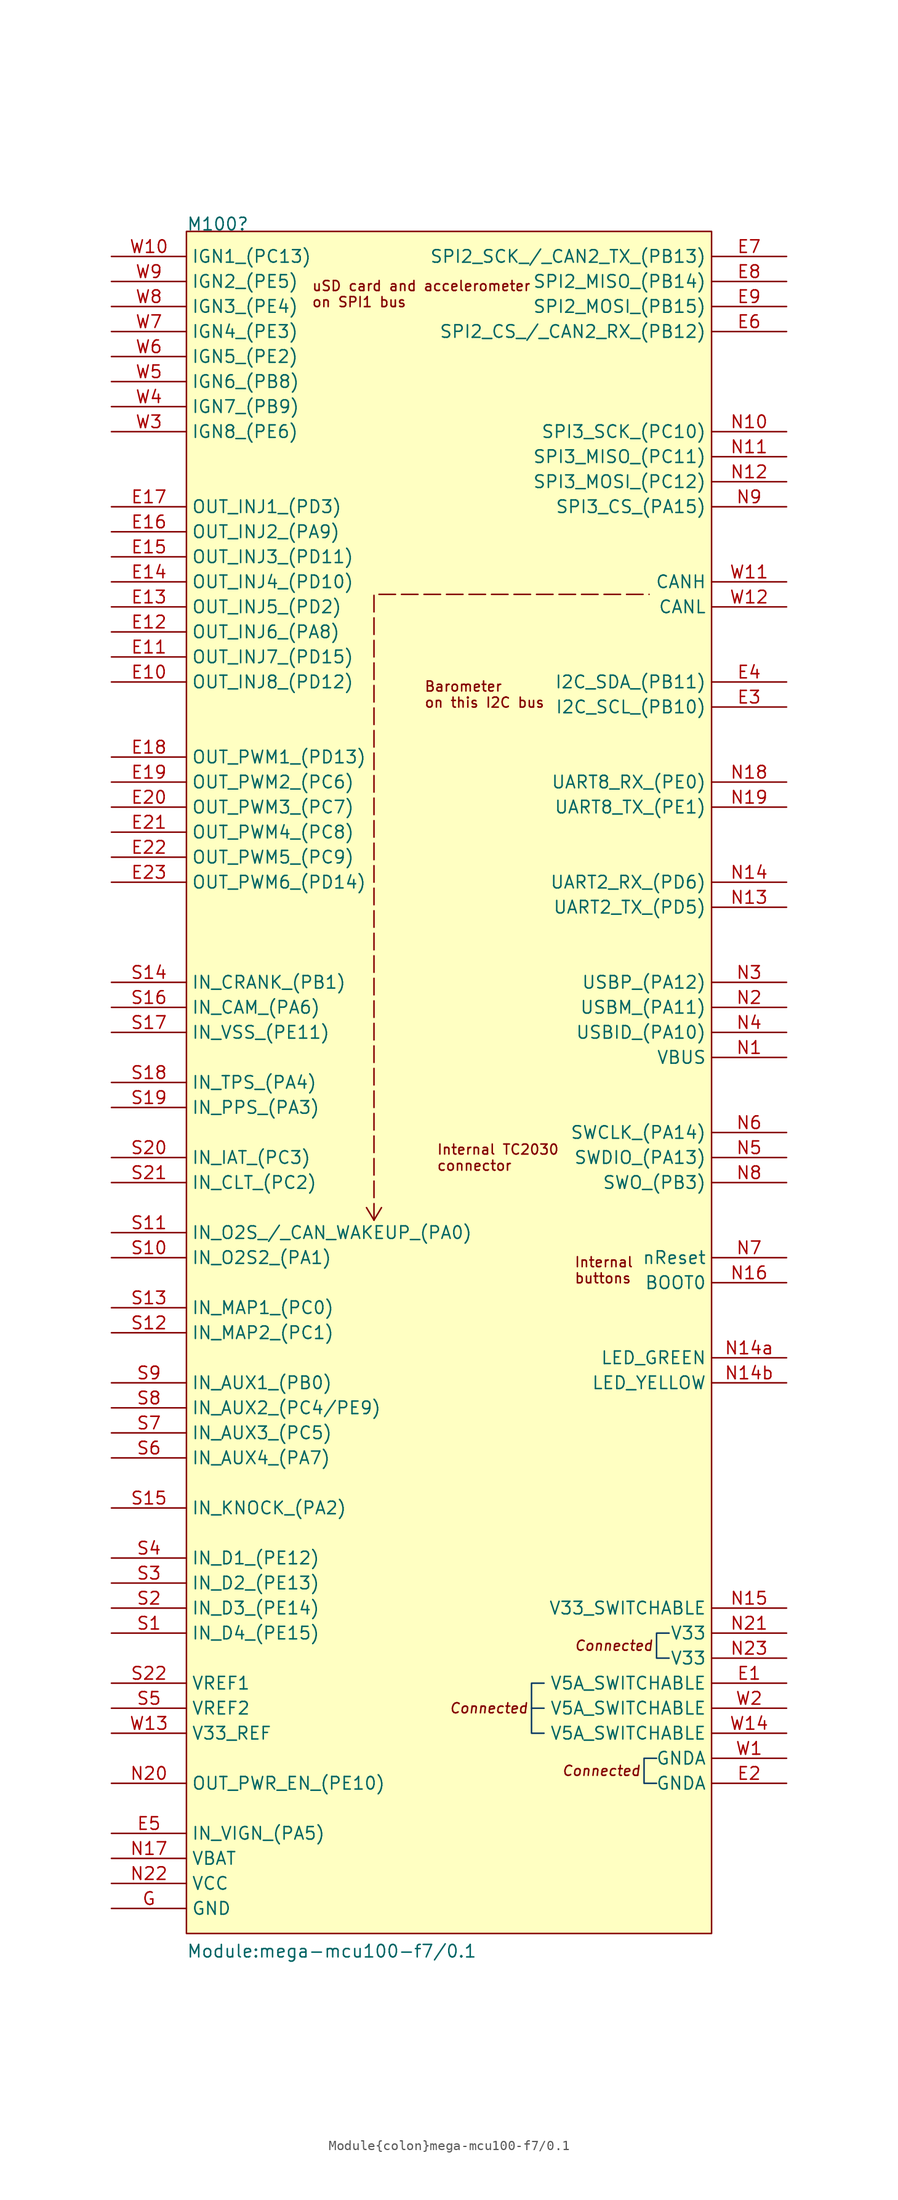
<source format=kicad_sym>
(kicad_symbol_lib
  (version 20220914)
  (generator kicad_symbol_editor)
  (symbol "Module{colon}mega-mcu100-f7/0.1"
    (property "Reference" "M100"
      (at 7.62 2.54 0)
      (effects (font (size 1.27 1.27)) (justify left bottom)))
    (property "Value" "Module:mega-mcu100-f7/0.1"
      (at 7.62 -172.72 0)
      (effects (font (size 1.27 1.27)) (justify left bottom)))
    (symbol "Module{colon}mega-mcu100-f7/0.1_1_0"
      (polyline (pts (xy 26.67 -97.79) (xy 25.908 -96.52)) (stroke (width 0) (type default)) (fill (type none)))
      (polyline (pts (xy 26.67 -97.79) (xy 27.432 -96.52)) (stroke (width 0) (type default)) (fill (type none)))
      (polyline (pts (xy 26.67 -97.79) (xy 26.67 -34.29) (xy 54.61 -34.29)) (stroke (width 0) (type dash)) (fill (type none)))
      (polyline (pts (xy 42.672 -147.32) (xy 43.942 -147.32) (xy 43.942 -147.32) (xy 43.942 -147.32)) (stroke (width 0) (type solid) (color 7 55 99 1)) (fill (type none)))
      (polyline (pts (xy 43.942 -144.78) (xy 42.672 -144.78) (xy 42.672 -149.86) (xy 43.942 -149.86)) (stroke (width 0) (type solid) (color 7 55 99 1)) (fill (type none)))
      (polyline (pts (xy 55.372 -152.4) (xy 54.102 -152.4) (xy 54.102 -154.94) (xy 55.372 -154.94)) (stroke (width 0) (type solid) (color 7 55 99 1)) (fill (type none)))
      (polyline (pts (xy 56.642 -139.7) (xy 55.372 -139.7) (xy 55.372 -142.24) (xy 56.642 -142.24)) (stroke (width 0) (type solid) (color 7 55 99 1)) (fill (type none)))
      (rectangle (start 7.62 2.54) (end 60.96 -170.18) (stroke (width 0) (type default)) (fill (type background)))
      (text "Barometer\non this I2C bus" (at 31.75 -44.45 0) (effects (font (size 1.016 1.016)) (justify left)))
      (text "Connected" (at 34.29 -147.32 0) (effects (font (size 1.016 1.016) italic) (justify left)))
      (text "Connected" (at 45.72 -153.67 0) (effects (font (size 1.016 1.016) italic) (justify left)))
      (text "Connected" (at 46.99 -140.97 0) (effects (font (size 1.016 1.016) italic) (justify left)))
      (text "Internal\nbuttons" (at 46.99 -102.87 0) (effects (font (size 1.016 1.016)) (justify left)))
      (text "Internal TC2030\nconnector" (at 33.02 -91.44 0) (effects (font (size 1.016 1.016)) (justify left)))
      (text "uSD card and accelerometer \non SPI1 bus" (at 20.32 -3.81 0) (effects (font (size 1.016 1.016)) (justify left)))
      (pin passive line (at 68.58 -144.78 180) (length 7.62) (name "V5A_SWITCHABLE" (effects (font (size 1.27 1.27)))) (number "E1" (effects (font (size 1.27 1.27)))))
      (pin passive line (at 0 -43.18 0) (length 7.62) (name "OUT_INJ8_(PD12)" (effects (font (size 1.27 1.27)))) (number "E10" (effects (font (size 1.27 1.27)))))
      (pin passive line (at 0 -40.64 0) (length 7.62) (name "OUT_INJ7_(PD15)" (effects (font (size 1.27 1.27)))) (number "E11" (effects (font (size 1.27 1.27)))))
      (pin passive line (at 0 -38.1 0) (length 7.62) (name "OUT_INJ6_(PA8)" (effects (font (size 1.27 1.27)))) (number "E12" (effects (font (size 1.27 1.27)))))
      (pin passive line (at 0 -35.56 0) (length 7.62) (name "OUT_INJ5_(PD2)" (effects (font (size 1.27 1.27)))) (number "E13" (effects (font (size 1.27 1.27)))))
      (pin passive line (at 0 -33.02 0) (length 7.62) (name "OUT_INJ4_(PD10)" (effects (font (size 1.27 1.27)))) (number "E14" (effects (font (size 1.27 1.27)))))
      (pin passive line (at 0 -30.48 0) (length 7.62) (name "OUT_INJ3_(PD11)" (effects (font (size 1.27 1.27)))) (number "E15" (effects (font (size 1.27 1.27)))))
      (pin passive line (at 0 -27.94 0) (length 7.62) (name "OUT_INJ2_(PA9)" (effects (font (size 1.27 1.27)))) (number "E16" (effects (font (size 1.27 1.27)))))
      (pin passive line (at 0 -25.4 0) (length 7.62) (name "OUT_INJ1_(PD3)" (effects (font (size 1.27 1.27)))) (number "E17" (effects (font (size 1.27 1.27)))))
      (pin passive line (at 0 -50.8 0) (length 7.62) (name "OUT_PWM1_(PD13)" (effects (font (size 1.27 1.27)))) (number "E18" (effects (font (size 1.27 1.27)))))
      (pin passive line (at 0 -53.34 0) (length 7.62) (name "OUT_PWM2_(PC6)" (effects (font (size 1.27 1.27)))) (number "E19" (effects (font (size 1.27 1.27)))))
      (pin passive line (at 68.58 -154.94 180) (length 7.62) (name "GNDA" (effects (font (size 1.27 1.27)))) (number "E2" (effects (font (size 1.27 1.27)))))
      (pin passive line (at 0 -55.88 0) (length 7.62) (name "OUT_PWM3_(PC7)" (effects (font (size 1.27 1.27)))) (number "E20" (effects (font (size 1.27 1.27)))))
      (pin passive line (at 0 -58.42 0) (length 7.62) (name "OUT_PWM4_(PC8)" (effects (font (size 1.27 1.27)))) (number "E21" (effects (font (size 1.27 1.27)))))
      (pin passive line (at 0 -60.96 0) (length 7.62) (name "OUT_PWM5_(PC9)" (effects (font (size 1.27 1.27)))) (number "E22" (effects (font (size 1.27 1.27)))))
      (pin passive line (at 0 -63.5 0) (length 7.62) (name "OUT_PWM6_(PD14)" (effects (font (size 1.27 1.27)))) (number "E23" (effects (font (size 1.27 1.27)))))
      (pin passive line (at 68.58 -45.72 180) (length 7.62) (name "I2C_SCL_(PB10)" (effects (font (size 1.27 1.27)))) (number "E3" (effects (font (size 1.27 1.27)))))
      (pin passive line (at 68.58 -43.18 180) (length 7.62) (name "I2C_SDA_(PB11)" (effects (font (size 1.27 1.27)))) (number "E4" (effects (font (size 1.27 1.27)))))
      (pin passive line (at 0 -160.02 0) (length 7.62) (name "IN_VIGN_(PA5)" (effects (font (size 1.27 1.27)))) (number "E5" (effects (font (size 1.27 1.27)))))
      (pin passive line (at 68.58 -7.62 180) (length 7.62) (name "SPI2_CS_/_CAN2_RX_(PB12)" (effects (font (size 1.27 1.27)))) (number "E6" (effects (font (size 1.27 1.27)))))
      (pin passive line (at 68.58 0 180) (length 7.62) (name "SPI2_SCK_/_CAN2_TX_(PB13)" (effects (font (size 1.27 1.27)))) (number "E7" (effects (font (size 1.27 1.27)))))
      (pin passive line (at 68.58 -2.54 180) (length 7.62) (name "SPI2_MISO_(PB14)" (effects (font (size 1.27 1.27)))) (number "E8" (effects (font (size 1.27 1.27)))))
      (pin passive line (at 68.58 -5.08 180) (length 7.62) (name "SPI2_MOSI_(PB15)" (effects (font (size 1.27 1.27)))) (number "E9" (effects (font (size 1.27 1.27)))))
      (pin passive line (at 0 -167.64 0) (length 7.62) (name "GND" (effects (font (size 1.27 1.27)))) (number "G" (effects (font (size 1.27 1.27)))))
      (pin passive line (at 68.58 -81.28 180) (length 7.62) (name "VBUS" (effects (font (size 1.27 1.27)))) (number "N1" (effects (font (size 1.27 1.27)))))
      (pin passive line (at 68.58 -17.78 180) (length 7.62) (name "SPI3_SCK_(PC10)" (effects (font (size 1.27 1.27)))) (number "N10" (effects (font (size 1.27 1.27)))))
      (pin passive line (at 68.58 -20.32 180) (length 7.62) (name "SPI3_MISO_(PC11)" (effects (font (size 1.27 1.27)))) (number "N11" (effects (font (size 1.27 1.27)))))
      (pin passive line (at 68.58 -22.86 180) (length 7.62) (name "SPI3_MOSI_(PC12)" (effects (font (size 1.27 1.27)))) (number "N12" (effects (font (size 1.27 1.27)))))
      (pin passive line (at 68.58 -66.04 180) (length 7.62) (name "UART2_TX_(PD5)" (effects (font (size 1.27 1.27)))) (number "N13" (effects (font (size 1.27 1.27)))))
      (pin passive line (at 68.58 -63.5 180) (length 7.62) (name "UART2_RX_(PD6)" (effects (font (size 1.27 1.27)))) (number "N14" (effects (font (size 1.27 1.27)))))
      (pin passive line (at 68.58 -111.76 180) (length 7.62) (name "LED_GREEN" (effects (font (size 1.27 1.27)))) (number "N14a" (effects (font (size 1.27 1.27)))))
      (pin passive line (at 68.58 -114.3 180) (length 7.62) (name "LED_YELLOW" (effects (font (size 1.27 1.27)))) (number "N14b" (effects (font (size 1.27 1.27)))))
      (pin passive line (at 68.58 -137.16 180) (length 7.62) (name "V33_SWITCHABLE" (effects (font (size 1.27 1.27)))) (number "N15" (effects (font (size 1.27 1.27)))))
      (pin passive line (at 68.58 -104.14 180) (length 7.62) (name "BOOT0" (effects (font (size 1.27 1.27)))) (number "N16" (effects (font (size 1.27 1.27)))))
      (pin passive line (at 0 -162.56 0) (length 7.62) (name "VBAT" (effects (font (size 1.27 1.27)))) (number "N17" (effects (font (size 1.27 1.27)))))
      (pin passive line (at 68.58 -53.34 180) (length 7.62) (name "UART8_RX_(PE0)" (effects (font (size 1.27 1.27)))) (number "N18" (effects (font (size 1.27 1.27)))))
      (pin passive line (at 68.58 -55.88 180) (length 7.62) (name "UART8_TX_(PE1)" (effects (font (size 1.27 1.27)))) (number "N19" (effects (font (size 1.27 1.27)))))
      (pin passive line (at 68.58 -76.2 180) (length 7.62) (name "USBM_(PA11)" (effects (font (size 1.27 1.27)))) (number "N2" (effects (font (size 1.27 1.27)))))
      (pin passive line (at 0 -154.94 0) (length 7.62) (name "OUT_PWR_EN_(PE10)" (effects (font (size 1.27 1.27)))) (number "N20" (effects (font (size 1.27 1.27)))))
      (pin passive line (at 68.58 -139.7 180) (length 7.62) (name "V33" (effects (font (size 1.27 1.27)))) (number "N21" (effects (font (size 1.27 1.27)))))
      (pin passive line (at 0 -165.1 0) (length 7.62) (name "VCC" (effects (font (size 1.27 1.27)))) (number "N22" (effects (font (size 1.27 1.27)))))
      (pin passive line (at 68.58 -142.24 180) (length 7.62) (name "V33" (effects (font (size 1.27 1.27)))) (number "N23" (effects (font (size 1.27 1.27)))))
      (pin passive line (at 68.58 -73.66 180) (length 7.62) (name "USBP_(PA12)" (effects (font (size 1.27 1.27)))) (number "N3" (effects (font (size 1.27 1.27)))))
      (pin passive line (at 68.58 -78.74 180) (length 7.62) (name "USBID_(PA10)" (effects (font (size 1.27 1.27)))) (number "N4" (effects (font (size 1.27 1.27)))))
      (pin passive line (at 68.58 -91.44 180) (length 7.62) (name "SWDIO_(PA13)" (effects (font (size 1.27 1.27)))) (number "N5" (effects (font (size 1.27 1.27)))))
      (pin passive line (at 68.58 -88.9 180) (length 7.62) (name "SWCLK_(PA14)" (effects (font (size 1.27 1.27)))) (number "N6" (effects (font (size 1.27 1.27)))))
      (pin passive line (at 68.58 -101.6 180) (length 7.62) (name "nReset" (effects (font (size 1.27 1.27)))) (number "N7" (effects (font (size 1.27 1.27)))))
      (pin passive line (at 68.58 -93.98 180) (length 7.62) (name "SWO_(PB3)" (effects (font (size 1.27 1.27)))) (number "N8" (effects (font (size 1.27 1.27)))))
      (pin passive line (at 68.58 -25.4 180) (length 7.62) (name "SPI3_CS_(PA15)" (effects (font (size 1.27 1.27)))) (number "N9" (effects (font (size 1.27 1.27)))))
      (pin passive line (at 0 -139.7 0) (length 7.62) (name "IN_D4_(PE15)" (effects (font (size 1.27 1.27)))) (number "S1" (effects (font (size 1.27 1.27)))))
      (pin passive line (at 0 -101.6 0) (length 7.62) (name "IN_O2S2_(PA1)" (effects (font (size 1.27 1.27)))) (number "S10" (effects (font (size 1.27 1.27)))))
      (pin passive line (at 0 -99.06 0) (length 7.62) (name "IN_O2S_/_CAN_WAKEUP_(PA0)" (effects (font (size 1.27 1.27)))) (number "S11" (effects (font (size 1.27 1.27)))))
      (pin passive line (at 0 -109.22 0) (length 7.62) (name "IN_MAP2_(PC1)" (effects (font (size 1.27 1.27)))) (number "S12" (effects (font (size 1.27 1.27)))))
      (pin passive line (at 0 -106.68 0) (length 7.62) (name "IN_MAP1_(PC0)" (effects (font (size 1.27 1.27)))) (number "S13" (effects (font (size 1.27 1.27)))))
      (pin passive line (at 0 -73.66 0) (length 7.62) (name "IN_CRANK_(PB1)" (effects (font (size 1.27 1.27)))) (number "S14" (effects (font (size 1.27 1.27)))))
      (pin passive line (at 0 -127 0) (length 7.62) (name "IN_KNOCK_(PA2)" (effects (font (size 1.27 1.27)))) (number "S15" (effects (font (size 1.27 1.27)))))
      (pin passive line (at 0 -76.2 0) (length 7.62) (name "IN_CAM_(PA6)" (effects (font (size 1.27 1.27)))) (number "S16" (effects (font (size 1.27 1.27)))))
      (pin passive line (at 0 -78.74 0) (length 7.62) (name "IN_VSS_(PE11)" (effects (font (size 1.27 1.27)))) (number "S17" (effects (font (size 1.27 1.27)))))
      (pin passive line (at 0 -83.82 0) (length 7.62) (name "IN_TPS_(PA4)" (effects (font (size 1.27 1.27)))) (number "S18" (effects (font (size 1.27 1.27)))))
      (pin passive line (at 0 -86.36 0) (length 7.62) (name "IN_PPS_(PA3)" (effects (font (size 1.27 1.27)))) (number "S19" (effects (font (size 1.27 1.27)))))
      (pin passive line (at 0 -137.16 0) (length 7.62) (name "IN_D3_(PE14)" (effects (font (size 1.27 1.27)))) (number "S2" (effects (font (size 1.27 1.27)))))
      (pin passive line (at 0 -91.44 0) (length 7.62) (name "IN_IAT_(PC3)" (effects (font (size 1.27 1.27)))) (number "S20" (effects (font (size 1.27 1.27)))))
      (pin passive line (at 0 -93.98 0) (length 7.62) (name "IN_CLT_(PC2)" (effects (font (size 1.27 1.27)))) (number "S21" (effects (font (size 1.27 1.27)))))
      (pin passive line (at 0 -144.78 0) (length 7.62) (name "VREF1" (effects (font (size 1.27 1.27)))) (number "S22" (effects (font (size 1.27 1.27)))))
      (pin passive line (at 0 -134.62 0) (length 7.62) (name "IN_D2_(PE13)" (effects (font (size 1.27 1.27)))) (number "S3" (effects (font (size 1.27 1.27)))))
      (pin passive line (at 0 -132.08 0) (length 7.62) (name "IN_D1_(PE12)" (effects (font (size 1.27 1.27)))) (number "S4" (effects (font (size 1.27 1.27)))))
      (pin passive line (at 0 -147.32 0) (length 7.62) (name "VREF2" (effects (font (size 1.27 1.27)))) (number "S5" (effects (font (size 1.27 1.27)))))
      (pin passive line (at 0 -121.92 0) (length 7.62) (name "IN_AUX4_(PA7)" (effects (font (size 1.27 1.27)))) (number "S6" (effects (font (size 1.27 1.27)))))
      (pin passive line (at 0 -119.38 0) (length 7.62) (name "IN_AUX3_(PC5)" (effects (font (size 1.27 1.27)))) (number "S7" (effects (font (size 1.27 1.27)))))
      (pin passive line (at 0 -116.84 0) (length 7.62) (name "IN_AUX2_(PC4/PE9)" (effects (font (size 1.27 1.27)))) (number "S8" (effects (font (size 1.27 1.27)))))
      (pin passive line (at 0 -114.3 0) (length 7.62) (name "IN_AUX1_(PB0)" (effects (font (size 1.27 1.27)))) (number "S9" (effects (font (size 1.27 1.27)))))
      (pin passive line (at 68.58 -152.4 180) (length 7.62) (name "GNDA" (effects (font (size 1.27 1.27)))) (number "W1" (effects (font (size 1.27 1.27)))))
      (pin passive line (at 0 0 0) (length 7.62) (name "IGN1_(PC13)" (effects (font (size 1.27 1.27)))) (number "W10" (effects (font (size 1.27 1.27)))))
      (pin passive line (at 68.58 -33.02 180) (length 7.62) (name "CANH" (effects (font (size 1.27 1.27)))) (number "W11" (effects (font (size 1.27 1.27)))))
      (pin passive line (at 68.58 -35.56 180) (length 7.62) (name "CANL" (effects (font (size 1.27 1.27)))) (number "W12" (effects (font (size 1.27 1.27)))))
      (pin passive line (at 0 -149.86 0) (length 7.62) (name "V33_REF" (effects (font (size 1.27 1.27)))) (number "W13" (effects (font (size 1.27 1.27)))))
      (pin passive line (at 68.58 -149.86 180) (length 7.62) (name "V5A_SWITCHABLE" (effects (font (size 1.27 1.27)))) (number "W14" (effects (font (size 1.27 1.27)))))
      (pin passive line (at 68.58 -147.32 180) (length 7.62) (name "V5A_SWITCHABLE" (effects (font (size 1.27 1.27)))) (number "W2" (effects (font (size 1.27 1.27)))))
      (pin passive line (at 0 -17.78 0) (length 7.62) (name "IGN8_(PE6)" (effects (font (size 1.27 1.27)))) (number "W3" (effects (font (size 1.27 1.27)))))
      (pin passive line (at 0 -15.24 0) (length 7.62) (name "IGN7_(PB9)" (effects (font (size 1.27 1.27)))) (number "W4" (effects (font (size 1.27 1.27)))))
      (pin passive line (at 0 -12.7 0) (length 7.62) (name "IGN6_(PB8)" (effects (font (size 1.27 1.27)))) (number "W5" (effects (font (size 1.27 1.27)))))
      (pin passive line (at 0 -10.16 0) (length 7.62) (name "IGN5_(PE2)" (effects (font (size 1.27 1.27)))) (number "W6" (effects (font (size 1.27 1.27)))))
      (pin passive line (at 0 -7.62 0) (length 7.62) (name "IGN4_(PE3)" (effects (font (size 1.27 1.27)))) (number "W7" (effects (font (size 1.27 1.27)))))
      (pin passive line (at 0 -5.08 0) (length 7.62) (name "IGN3_(PE4)" (effects (font (size 1.27 1.27)))) (number "W8" (effects (font (size 1.27 1.27)))))
      (pin passive line (at 0 -2.54 0) (length 7.62) (name "IGN2_(PE5)" (effects (font (size 1.27 1.27)))) (number "W9" (effects (font (size 1.27 1.27))))))))
</source>
